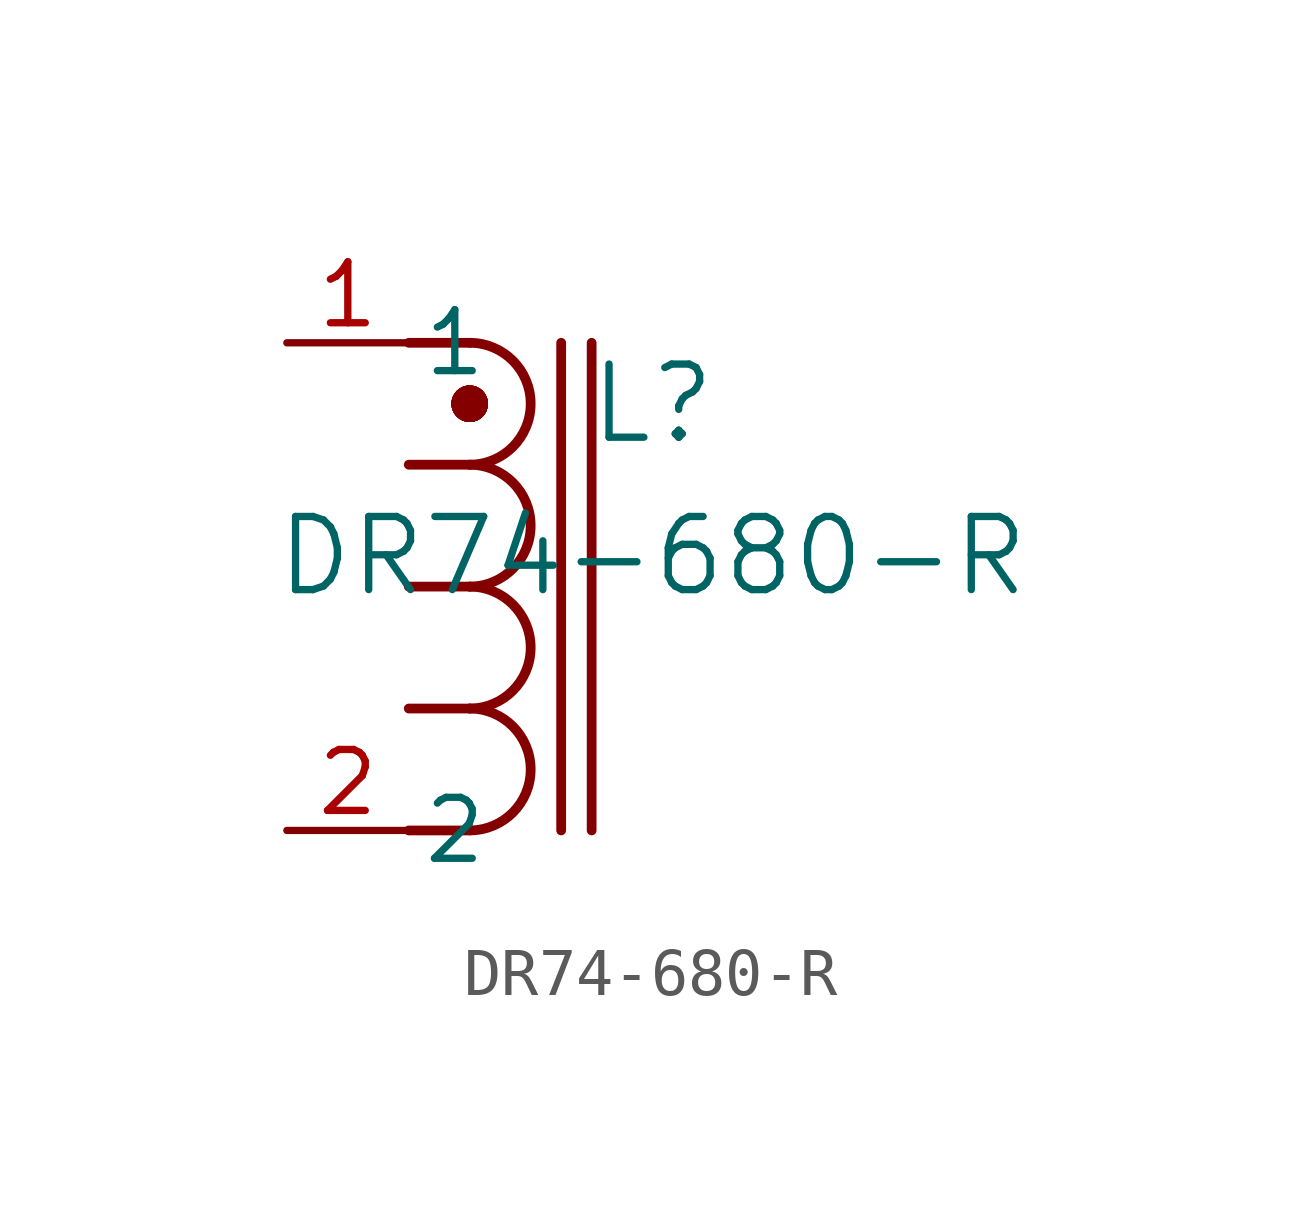
<source format=kicad_sym>
(kicad_symbol_lib
  (version 20211014)
  (generator kicad_symbol_editor)
  (symbol "DR74-680-R"
    (pin_names
      (offset 0.254))
    (property "Reference" "L"
      (at 7.62 -1.27 0)
      (effects (font (size 1.524 1.524))))
    (property "Value" "DR74-680-R"
      (at 7.62 -4.445 0)
      (effects (font (size 1.524 1.524))))
    (arc
      (start 3.81 -7.62)
      (mid 5.08 -6.35)
      (end 3.81 -5.08)
      (stroke (width 0.2032) (type default) (color 0 0 0 0))
      (fill (type none)))
    (arc
      (start 3.81 -10.16)
      (mid 5.08 -8.89)
      (end 3.81 -7.62)
      (stroke (width 0.2032) (type default) (color 0 0 0 0))
      (fill (type none)))
    (arc
      (start 3.81 -2.54)
      (mid 5.08 -1.27)
      (end 3.81 0)
      (stroke (width 0.2032) (type default) (color 0 0 0 0))
      (fill (type none)))
    (arc
      (start 3.81 -5.08)
      (mid 5.08 -3.81)
      (end 3.81 -2.54)
      (stroke (width 0.2032) (type default) (color 0 0 0 0))
      (fill (type none)))
    (polyline
      (pts (xy 2.54 -5.08) (xy 3.81 -5.08))
      (stroke (width 0.203) (type default) (color 0 0 0 0))
      (fill (type none)))
    (polyline
      (pts (xy 2.54 -7.62) (xy 3.81 -7.62))
      (stroke (width 0.203) (type default) (color 0 0 0 0))
      (fill (type none)))
    (polyline
      (pts (xy 3.683 -1.27) (xy 3.81 -1.27))
      (stroke (width 0.508) (type default) (color 0 0 0 0))
      (fill (type none)))
    (polyline
      (pts (xy 2.54 -10.16) (xy 3.81 -10.16))
      (stroke (width 0.203) (type default) (color 0 0 0 0))
      (fill (type none)))
    (polyline
      (pts (xy 2.54 -2.54) (xy 3.81 -2.54))
      (stroke (width 0.203) (type default) (color 0 0 0 0))
      (fill (type none)))
    (polyline
      (pts (xy 6.35 0) (xy 6.35 -10.16))
      (stroke (width 0.203) (type default) (color 0 0 0 0))
      (fill (type none)))
    (polyline
      (pts (xy 5.715 0) (xy 5.715 -10.16))
      (stroke (width 0.203) (type default) (color 0 0 0 0))
      (fill (type none)))
    (arc
      (start 3.81 -1.524)
      (mid 4.064 -1.27)
      (end 3.81 -1.016)
      (stroke (width 0.254) (type default) (color 0 0 0 0))
      (fill (type none)))
    (arc
      (start 3.81 -1.016)
      (mid 3.556 -1.27)
      (end 3.81 -1.524)
      (stroke (width 0.254) (type default) (color 0 0 0 0))
      (fill (type none)))
    (arc
      (start 3.81 -1.524)
      (mid 4.064 -1.27)
      (end 3.81 -1.016)
      (stroke (width 0.254) (type default) (color 0 0 0 0))
      (fill (type none)))
    (arc
      (start 3.81 -1.016)
      (mid 3.556 -1.27)
      (end 3.81 -1.524)
      (stroke (width 0.254) (type default) (color 0 0 0 0))
      (fill (type none)))
    (arc
      (start 3.81 -1.524)
      (mid 4.064 -1.27)
      (end 3.81 -1.016)
      (stroke (width 0.254) (type default) (color 0 0 0 0))
      (fill (type none)))
    (arc
      (start 3.81 -1.016)
      (mid 3.556 -1.27)
      (end 3.81 -1.524)
      (stroke (width 0.254) (type default) (color 0 0 0 0))
      (fill (type none)))
    (arc
      (start 3.81 -1.524)
      (mid 4.064 -1.27)
      (end 3.81 -1.016)
      (stroke (width 0.254) (type default) (color 0 0 0 0))
      (fill (type none)))
    (arc
      (start 3.81 -1.016)
      (mid 3.556 -1.27)
      (end 3.81 -1.524)
      (stroke (width 0.254) (type default) (color 0 0 0 0))
      (fill (type none)))
    (arc
      (start 3.81 -1.524)
      (mid 4.064 -1.27)
      (end 3.81 -1.016)
      (stroke (width 0.254) (type default) (color 0 0 0 0))
      (fill (type none)))
    (arc
      (start 3.81 -1.016)
      (mid 3.556 -1.27)
      (end 3.81 -1.524)
      (stroke (width 0.254) (type default) (color 0 0 0 0))
      (fill (type none)))
    (arc
      (start 3.81 -1.524)
      (mid 4.064 -1.27)
      (end 3.81 -1.016)
      (stroke (width 0.254) (type default) (color 0 0 0 0))
      (fill (type none)))
    (arc
      (start 3.81 -1.016)
      (mid 3.556 -1.27)
      (end 3.81 -1.524)
      (stroke (width 0.254) (type default) (color 0 0 0 0))
      (fill (type none)))
    (arc
      (start 3.81 -1.524)
      (mid 4.064 -1.27)
      (end 3.81 -1.016)
      (stroke (width 0.254) (type default) (color 0 0 0 0))
      (fill (type none)))
    (arc
      (start 3.81 -1.016)
      (mid 3.556 -1.27)
      (end 3.81 -1.524)
      (stroke (width 0.254) (type default) (color 0 0 0 0))
      (fill (type none)))
    (polyline
      (pts (xy 2.54 0) (xy 3.81 0))
      (stroke (width 0.203) (type default) (color 0 0 0 0))
      (fill (type none)))
    (pin unspecified line
      (at 0 0 0)
      (length 2.54)
      (name "1" (effects (font (size 1.27 1.27))))
      (number "1" (effects (font (size 1.27 1.27)))))
    (pin unspecified line
      (at 0 -10.16 0)
      (length 2.54)
      (name "2" (effects (font (size 1.27 1.27))))
      (number "2" (effects (font (size 1.27 1.27)))))))
</source>
